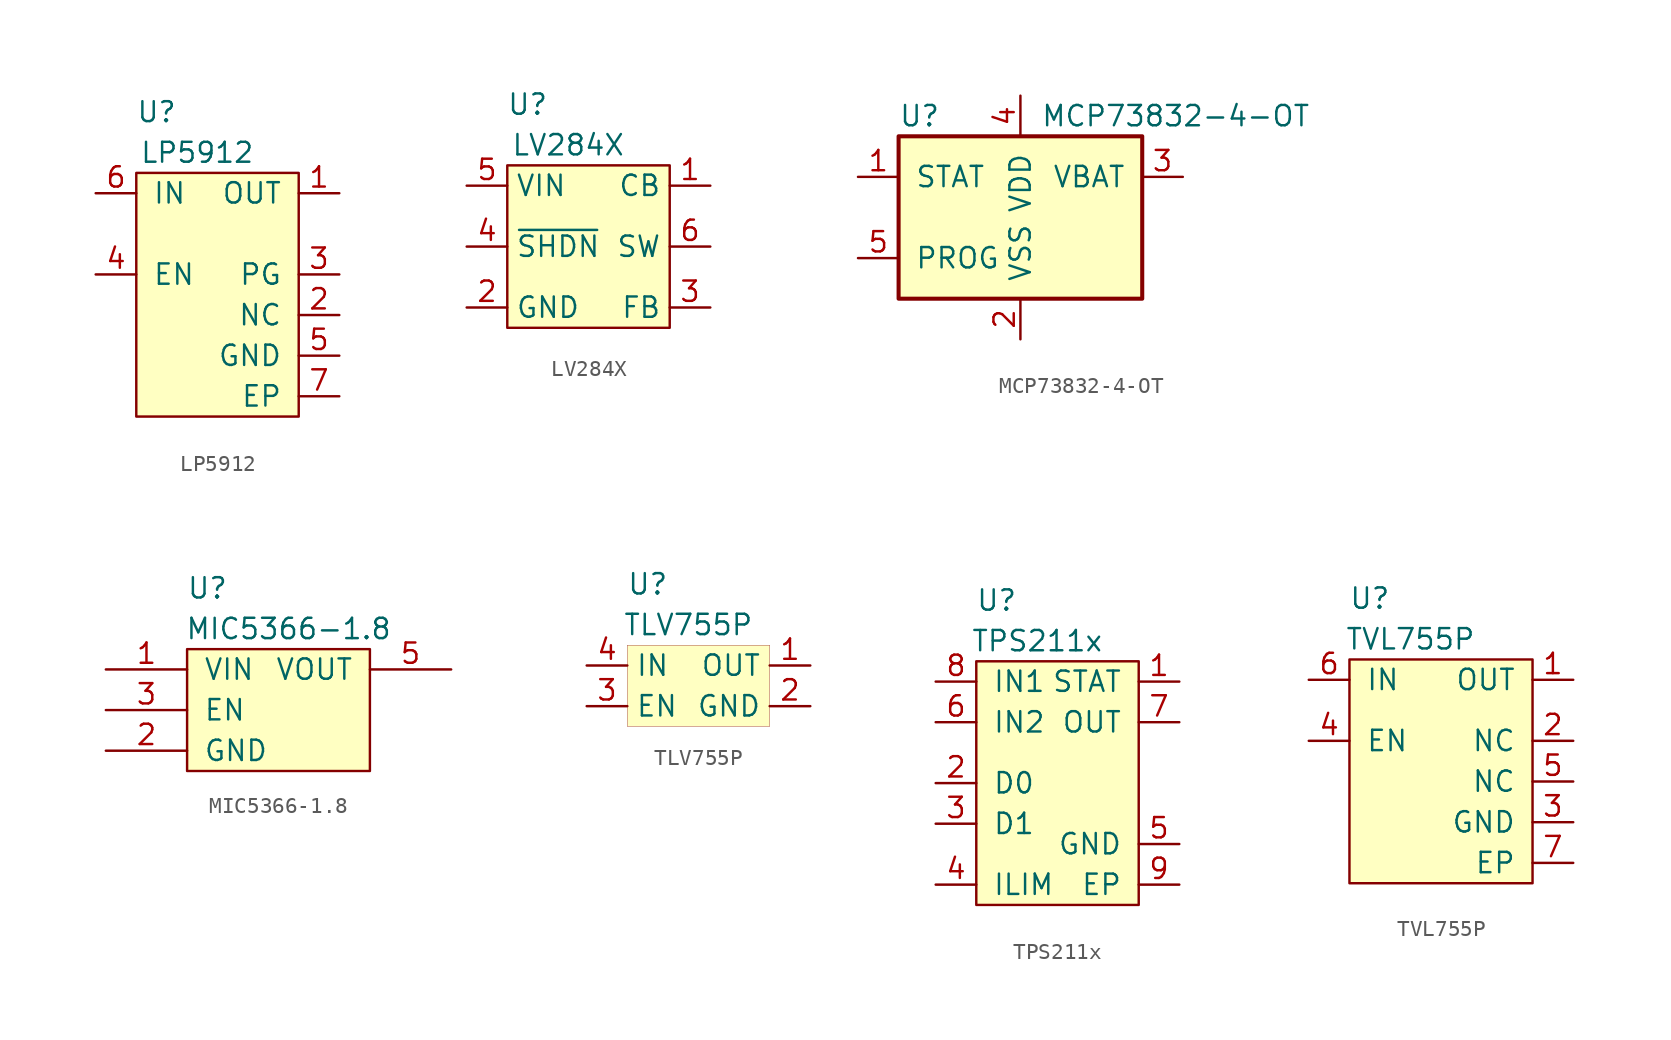
<source format=kicad_sym>
(kicad_symbol_lib
  (version 20231120)
  (generator "kicad_symbol_editor")
  (generator_version "8.0")
  (symbol "LP5912"
    (pin_names
      (offset 1.016))
    (property "Reference" "U"
      (at -3.81 11.43 0)
      (effects (font (size 1.245 1.245))))
    (property "Value" "LP5912"
      (at -1.27 8.89 0)
      (effects (font (size 1.245 1.245))))
    (symbol "LP5912_0_1"
      (rectangle (start -5.08 7.62) (end 5.08 -7.62) (stroke (width 0) (type default)) (fill (type background))))
    (symbol "LP5912_1_1"
      (pin power_out line (at 7.62 6.35 180) (length 2.54) (name "OUT" (effects (font (size 1.27 1.27)))) (number "1" (effects (font (size 1.27 1.27)))))
      (pin passive line (at 7.62 -1.27 180) (length 2.54) (name "NC" (effects (font (size 1.27 1.27)))) (number "2" (effects (font (size 1.27 1.27)))))
      (pin passive line (at 7.62 1.27 180) (length 2.54) (name "PG" (effects (font (size 1.27 1.27)))) (number "3" (effects (font (size 1.27 1.27)))))
      (pin passive line (at -7.62 1.27 0) (length 2.54) (name "EN" (effects (font (size 1.27 1.27)))) (number "4" (effects (font (size 1.27 1.27)))))
      (pin passive line (at 7.62 -3.81 180) (length 2.54) (name "GND" (effects (font (size 1.27 1.27)))) (number "5" (effects (font (size 1.27 1.27)))))
      (pin passive line (at -7.62 6.35 0) (length 2.54) (name "IN" (effects (font (size 1.27 1.27)))) (number "6" (effects (font (size 1.27 1.27)))))
      (pin passive line (at 7.62 -6.35 180) (length 2.54) (name "EP" (effects (font (size 1.27 1.27)))) (number "7" (effects (font (size 1.27 1.27)))))))
  (symbol "LV284X"
    (property "Reference" "U"
      (at -3.81 8.89 0)
      (effects (font (size 1.27 1.27))))
    (property "Value" "LV284X"
      (at -1.27 6.35 0)
      (effects (font (size 1.27 1.27))))
    (symbol "LV284X_0_1"
      (rectangle (start -5.08 5.08) (end 5.08 -5.08) (stroke (width 0.152) (type default)) (fill (type background))))
    (symbol "LV284X_1_1"
      (pin bidirectional line (at 7.62 3.81 180) (length 2.54) (name "CB" (effects (font (size 1.27 1.27)))) (number "1" (effects (font (size 1.27 1.27)))))
      (pin power_out line (at -7.62 -3.81 0) (length 2.54) (name "GND" (effects (font (size 1.27 1.27)))) (number "2" (effects (font (size 1.27 1.27)))))
      (pin power_in line (at 7.62 -3.81 180) (length 2.54) (name "FB" (effects (font (size 1.27 1.27)))) (number "3" (effects (font (size 1.27 1.27)))))
      (pin input line (at -7.62 0 0) (length 2.54) (name "~{SHDN}" (effects (font (size 1.27 1.27)))) (number "4" (effects (font (size 1.27 1.27)))))
      (pin power_in line (at -7.62 3.81 0) (length 2.54) (name "VIN" (effects (font (size 1.27 1.27)))) (number "5" (effects (font (size 1.27 1.27)))))
      (pin output line (at 7.62 0 180) (length 2.54) (name "SW" (effects (font (size 1.27 1.27)))) (number "6" (effects (font (size 1.27 1.27)))))))
  (symbol "MCP73832-4-OT"
    (pin_names
      (offset 1.016))
    (property "Reference" "U"
      (at -7.62 6.35 0)
      (effects (font (size 1.27 1.27)) (justify left)))
    (property "Value" "MCP73832-4-OT"
      (at 1.27 6.35 0)
      (effects (font (size 1.27 1.27)) (justify left)))
    (symbol "MCP73832-4-OT_0_1"
      (rectangle (start -7.62 5.08) (end 7.62 -5.08) (stroke (width 0.254) (type default)) (fill (type background))))
    (symbol "MCP73832-4-OT_1_1"
      (pin output line (at -10.16 2.54 0) (length 2.54) (name "STAT" (effects (font (size 1.27 1.27)))) (number "1" (effects (font (size 1.27 1.27)))))
      (pin power_in line (at 0 -7.62 90) (length 2.54) (name "VSS" (effects (font (size 1.27 1.27)))) (number "2" (effects (font (size 1.27 1.27)))))
      (pin power_out line (at 10.16 2.54 180) (length 2.54) (name "VBAT" (effects (font (size 1.27 1.27)))) (number "3" (effects (font (size 1.27 1.27)))))
      (pin power_in line (at 0 7.62 270) (length 2.54) (name "VDD" (effects (font (size 1.27 1.27)))) (number "4" (effects (font (size 1.27 1.27)))))
      (pin input line (at -10.16 -2.54 0) (length 2.54) (name "PROG" (effects (font (size 1.27 1.27)))) (number "5" (effects (font (size 1.27 1.27)))))))
  (symbol "MIC5366-1.8"
    (pin_names
      (offset 1.016))
    (property "Reference" "U"
      (at -3.81 7.62 0)
      (effects (font (size 1.27 1.27))))
    (property "Value" "MIC5366-1.8"
      (at 1.27 5.08 0)
      (effects (font (size 1.27 1.27))))
    (symbol "MIC5366-1.8_0_1"
      (rectangle (start -5.08 3.81) (end 6.35 -3.81) (stroke (width 0) (type default)) (fill (type background))))
    (symbol "MIC5366-1.8_1_1"
      (pin power_in line (at -10.16 2.54 0) (length 5.08) (name "VIN" (effects (font (size 1.27 1.27)))) (number "1" (effects (font (size 1.27 1.27)))))
      (pin power_in line (at -10.16 -2.54 0) (length 5.08) (name "GND" (effects (font (size 1.27 1.27)))) (number "2" (effects (font (size 1.27 1.27)))))
      (pin input line (at -10.16 0 0) (length 5.08) (name "EN" (effects (font (size 1.27 1.27)))) (number "3" (effects (font (size 1.27 1.27)))))
      (pin power_out line (at 11.43 2.54 180) (length 5.08) (name "VOUT" (effects (font (size 1.27 1.27)))) (number "5" (effects (font (size 1.27 1.27)))))))
  (symbol "TLV755P"
    (property "Reference" "U"
      (at -2.54 6.35 0)
      (effects (font (size 1.27 1.27))))
    (property "Value" "TLV755P"
      (at 0 3.81 0)
      (effects (font (size 1.27 1.27))))
    (symbol "TLV755P_0_1"
      (rectangle (start -3.81 2.54) (end 5.08 -2.54) (stroke (width 0.001) (type default)) (fill (type background))))
    (symbol "TLV755P_1_1"
      (pin power_out line (at 7.62 1.27 180) (length 2.54) (name "OUT" (effects (font (size 1.27 1.27)))) (number "1" (effects (font (size 1.27 1.27)))))
      (pin power_out line (at 7.62 -1.27 180) (length 2.54) (name "GND" (effects (font (size 1.27 1.27)))) (number "2" (effects (font (size 1.27 1.27)))))
      (pin bidirectional line (at -6.35 -1.27 0) (length 2.54) (name "EN" (effects (font (size 1.27 1.27)))) (number "3" (effects (font (size 1.27 1.27)))))
      (pin power_in line (at -6.35 1.27 0) (length 2.54) (name "IN" (effects (font (size 1.27 1.27)))) (number "4" (effects (font (size 1.27 1.27)))))
      (pin power_out line (at 7.62 -1.27 180) (length 2.54) hide (name "GND" (effects (font (size 1.27 1.27)))) (number "5" (effects (font (size 1.27 1.27)))))))
  (symbol "TPS211x"
    (pin_names
      (offset 1.016))
    (property "Reference" "U"
      (at -3.81 2.54 0)
      (effects (font (size 1.27 1.27))))
    (property "Value" "TPS211x"
      (at -1.27 0 0)
      (effects (font (size 1.27 1.27))))
    (symbol "TPS211x_0_1"
      (rectangle (start -5.08 -1.27) (end 5.08 -16.51) (stroke (width 0) (type default)) (fill (type background))))
    (symbol "TPS211x_1_1"
      (pin output line (at 7.62 -2.54 180) (length 2.54) (name "STAT" (effects (font (size 1.27 1.27)))) (number "1" (effects (font (size 1.27 1.27)))))
      (pin input line (at -7.62 -8.89 0) (length 2.54) (name "D0" (effects (font (size 1.27 1.27)))) (number "2" (effects (font (size 1.27 1.27)))))
      (pin input line (at -7.62 -11.43 0) (length 2.54) (name "D1" (effects (font (size 1.27 1.27)))) (number "3" (effects (font (size 1.27 1.27)))))
      (pin bidirectional line (at -7.62 -15.24 0) (length 2.54) (name "ILIM" (effects (font (size 1.27 1.27)))) (number "4" (effects (font (size 1.27 1.27)))))
      (pin power_in line (at 7.62 -12.7 180) (length 2.54) (name "GND" (effects (font (size 1.27 1.27)))) (number "5" (effects (font (size 1.27 1.27)))))
      (pin output line (at -7.62 -5.08 0) (length 2.54) (name "IN2" (effects (font (size 1.27 1.27)))) (number "6" (effects (font (size 1.27 1.27)))))
      (pin output line (at 7.62 -5.08 180) (length 2.54) (name "OUT" (effects (font (size 1.27 1.27)))) (number "7" (effects (font (size 1.27 1.27)))))
      (pin input line (at -7.62 -2.54 0) (length 2.54) (name "IN1" (effects (font (size 1.27 1.27)))) (number "8" (effects (font (size 1.27 1.27)))))
      (pin power_in line (at 7.62 -15.24 180) (length 2.54) (name "EP" (effects (font (size 1.27 1.27)))) (number "9" (effects (font (size 1.27 1.27)))))))
  (symbol "TVL755P"
    (pin_names
      (offset 1.016))
    (property "Reference" "U"
      (at -3.81 10.16 0)
      (effects (font (size 1.27 1.27))))
    (property "Value" "TVL755P"
      (at -1.27 7.62 0)
      (effects (font (size 1.27 1.27))))
    (symbol "TVL755P_0_1"
      (rectangle (start -5.08 6.35) (end 6.35 -7.62) (stroke (width 0) (type default)) (fill (type background))))
    (symbol "TVL755P_1_1"
      (pin power_out line (at 8.89 5.08 180) (length 2.54) (name "OUT" (effects (font (size 1.27 1.27)))) (number "1" (effects (font (size 1.27 1.27)))))
      (pin passive line (at 8.89 1.27 180) (length 2.54) (name "NC" (effects (font (size 1.27 1.27)))) (number "2" (effects (font (size 1.27 1.27)))))
      (pin power_in line (at 8.89 -3.81 180) (length 2.54) (name "GND" (effects (font (size 1.27 1.27)))) (number "3" (effects (font (size 1.27 1.27)))))
      (pin passive line (at -7.62 1.27 0) (length 2.54) (name "EN" (effects (font (size 1.27 1.27)))) (number "4" (effects (font (size 1.27 1.27)))))
      (pin passive line (at 8.89 -1.27 180) (length 2.54) (name "NC" (effects (font (size 1.27 1.27)))) (number "5" (effects (font (size 1.27 1.27)))))
      (pin power_in line (at -7.62 5.08 0) (length 2.54) (name "IN" (effects (font (size 1.27 1.27)))) (number "6" (effects (font (size 1.27 1.27)))))
      (pin power_in line (at 8.89 -6.35 180) (length 2.54) (name "EP" (effects (font (size 1.27 1.27)))) (number "7" (effects (font (size 1.27 1.27))))))))
</source>
